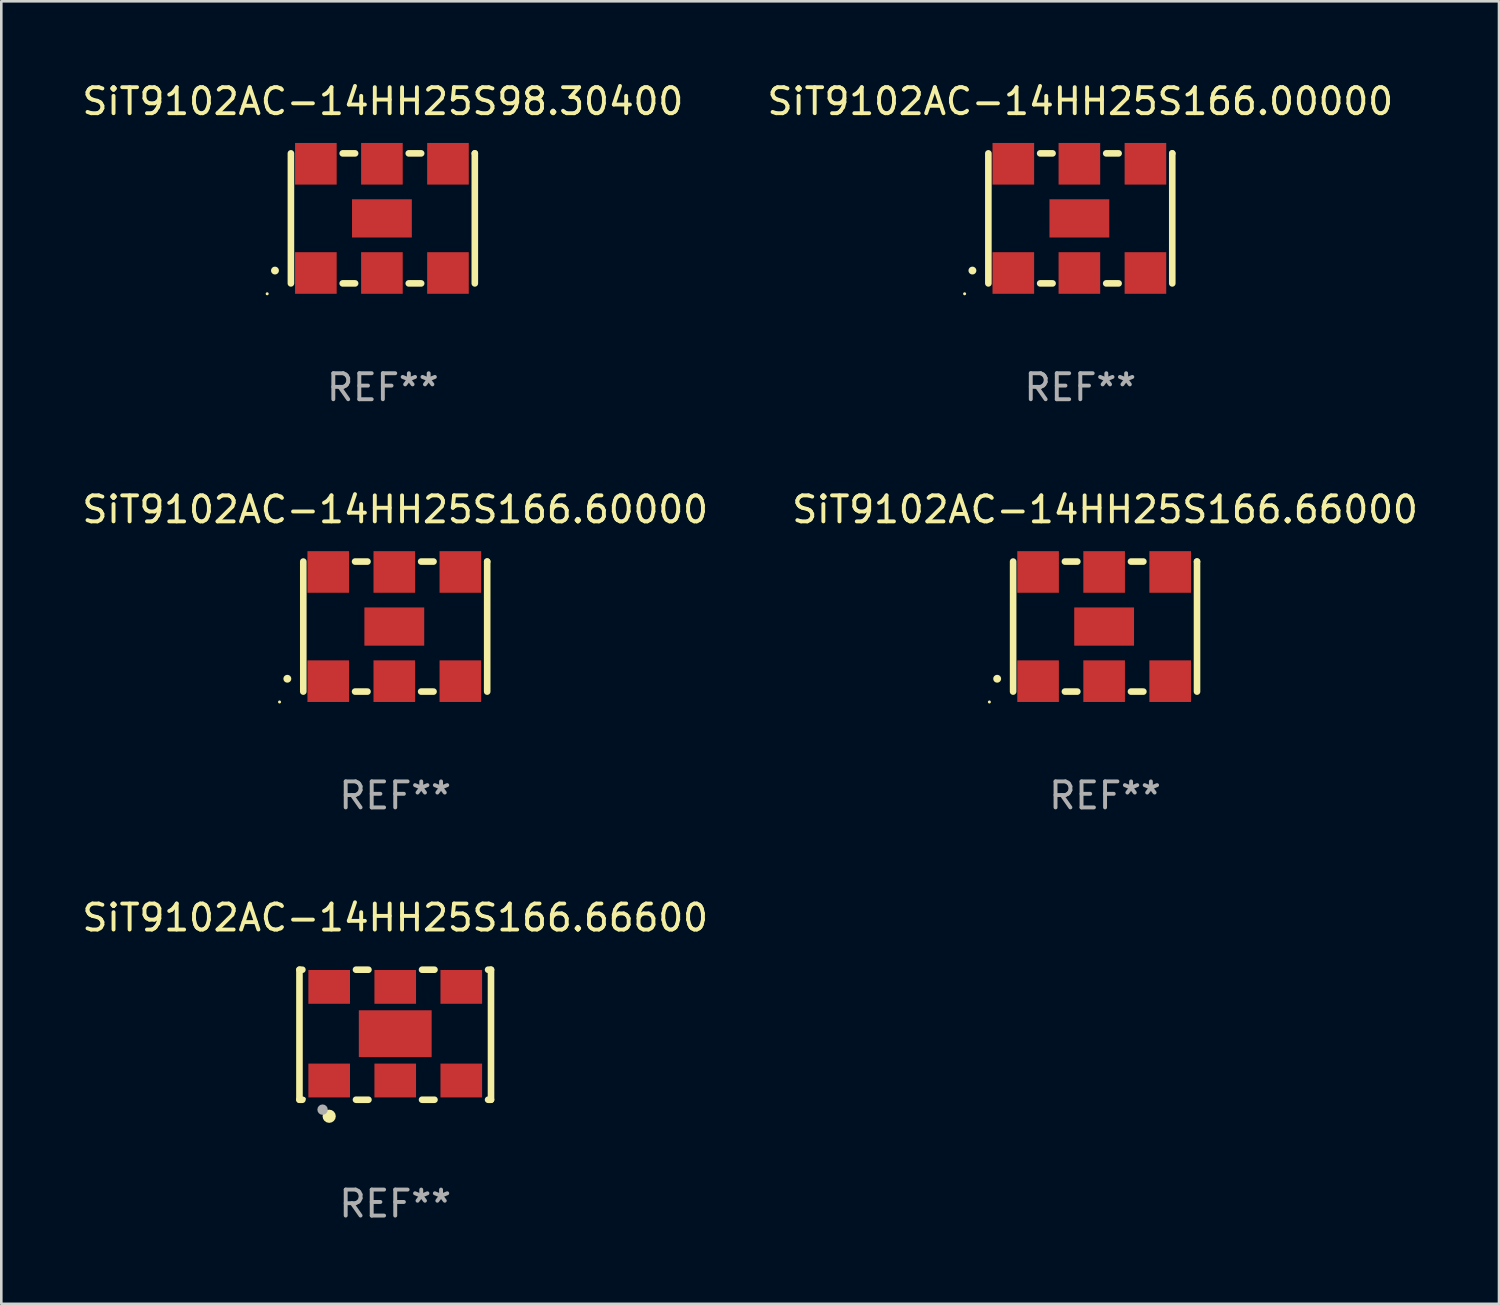
<source format=kicad_pcb>
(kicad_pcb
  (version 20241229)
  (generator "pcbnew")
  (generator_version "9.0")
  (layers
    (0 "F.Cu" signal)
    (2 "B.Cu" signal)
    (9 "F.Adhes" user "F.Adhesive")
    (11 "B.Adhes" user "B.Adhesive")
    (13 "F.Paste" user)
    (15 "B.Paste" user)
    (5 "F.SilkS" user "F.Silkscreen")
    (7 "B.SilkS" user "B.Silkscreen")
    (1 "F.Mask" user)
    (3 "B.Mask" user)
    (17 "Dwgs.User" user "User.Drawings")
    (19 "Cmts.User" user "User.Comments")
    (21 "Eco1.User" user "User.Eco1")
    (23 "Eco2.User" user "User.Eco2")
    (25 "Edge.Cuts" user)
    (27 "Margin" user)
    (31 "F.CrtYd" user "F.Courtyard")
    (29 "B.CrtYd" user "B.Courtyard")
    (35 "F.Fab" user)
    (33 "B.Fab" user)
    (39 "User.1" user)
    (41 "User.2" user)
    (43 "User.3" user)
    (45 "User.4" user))
  (footprint "SiT9102AC-14HH25S166.00000"
    (layer "F.Cu")
    (at 38.494 5.348)
    (property "Reference" "SiT9102AC-14HH25S166.00000" (at 0 -4.5 0) (layer "F.SilkS") (effects (font (size 1 1) (thickness 0.15))))
    (attr through_hole)
    (fp_line (start -3.536 -2.5) (end -3.536 2.5) (stroke (width 0.254) (type solid)) (layer "F.SilkS"))
    (fp_line (start -1.544 2.5) (end -1.067 2.5) (stroke (width 0.254) (type solid)) (layer "F.SilkS"))
    (fp_line (start -1.067 -2.5) (end -1.544 -2.5) (stroke (width 0.254) (type solid)) (layer "F.SilkS"))
    (fp_line (start 0.996 2.5) (end 1.473 2.5) (stroke (width 0.254) (type solid)) (layer "F.SilkS"))
    (fp_line (start 1.473 -2.5) (end 0.996 -2.5) (stroke (width 0.254) (type solid)) (layer "F.SilkS"))
    (fp_line (start 3.536 -2.5) (end 3.536 -2.5) (stroke (width 0.254) (type solid)) (layer "F.SilkS"))
    (fp_line (start 3.536 2.5) (end 3.536 -2.5) (stroke (width 0.254) (type solid)) (layer "F.SilkS"))
    (fp_arc (start -4.150432 2.006604) (mid -4.149162 2.006599) (end -4.147892 2.006604) (stroke (width 0.3) (type solid)) (layer "F.SilkS"))
    (fp_circle (center -4.449 2.9) (end -4.419 2.9) (stroke (width 0.06) (type solid)) (fill no) (layer "F.SilkS"))
    (fp_text user "REF**" (at 0 6.5 0) (layer "F.Fab") (effects (font (size 1 1) (thickness 0.15))))
    (pad "1" smd rect (at -2.576 2.1) (size 1.6 1.6) (layers "F.Cu" "F.Mask" "F.Paste"))
    (pad "2" smd rect (at -0.036 2.1) (size 1.6 1.6) (layers "F.Cu" "F.Mask" "F.Paste"))
    (pad "3" smd rect (at 2.504 2.1) (size 1.6 1.6) (layers "F.Cu" "F.Mask" "F.Paste"))
    (pad "4" smd rect (at 2.504 -2.1) (size 1.6 1.6) (layers "F.Cu" "F.Mask" "F.Paste"))
    (pad "5" smd rect (at -0.036 -2.1) (size 1.6 1.6) (layers "F.Cu" "F.Mask" "F.Paste"))
    (pad "6" smd rect (at -2.576 -2.1) (size 1.6 1.6) (layers "F.Cu" "F.Mask" "F.Paste"))
    (pad "7" smd rect (at -0.036 0) (size 2.3 1.47) (layers "F.Cu" "F.Mask" "F.Paste")))
  (footprint "SiT9102AC-14HH25S166.60000"
    (layer "F.Cu")
    (at 12.149 21.045)
    (property "Reference" "SiT9102AC-14HH25S166.60000" (at 0 -4.5 0) (layer "F.SilkS") (effects (font (size 1 1) (thickness 0.15))))
    (attr through_hole)
    (fp_line (start -3.536 -2.5) (end -3.536 2.5) (stroke (width 0.254) (type solid)) (layer "F.SilkS"))
    (fp_line (start -1.544 2.5) (end -1.067 2.5) (stroke (width 0.254) (type solid)) (layer "F.SilkS"))
    (fp_line (start -1.067 -2.5) (end -1.544 -2.5) (stroke (width 0.254) (type solid)) (layer "F.SilkS"))
    (fp_line (start 0.996 2.5) (end 1.473 2.5) (stroke (width 0.254) (type solid)) (layer "F.SilkS"))
    (fp_line (start 1.473 -2.5) (end 0.996 -2.5) (stroke (width 0.254) (type solid)) (layer "F.SilkS"))
    (fp_line (start 3.536 -2.5) (end 3.536 -2.5) (stroke (width 0.254) (type solid)) (layer "F.SilkS"))
    (fp_line (start 3.536 2.5) (end 3.536 -2.5) (stroke (width 0.254) (type solid)) (layer "F.SilkS"))
    (fp_arc (start -4.150432 2.006604) (mid -4.149162 2.006599) (end -4.147892 2.006604) (stroke (width 0.3) (type solid)) (layer "F.SilkS"))
    (fp_circle (center -4.449 2.9) (end -4.419 2.9) (stroke (width 0.06) (type solid)) (fill no) (layer "F.SilkS"))
    (fp_text user "REF**" (at 0 6.5 0) (layer "F.Fab") (effects (font (size 1 1) (thickness 0.15))))
    (pad "1" smd rect (at -2.576 2.1) (size 1.6 1.6) (layers "F.Cu" "F.Mask" "F.Paste"))
    (pad "2" smd rect (at -0.036 2.1) (size 1.6 1.6) (layers "F.Cu" "F.Mask" "F.Paste"))
    (pad "3" smd rect (at 2.504 2.1) (size 1.6 1.6) (layers "F.Cu" "F.Mask" "F.Paste"))
    (pad "4" smd rect (at 2.504 -2.1) (size 1.6 1.6) (layers "F.Cu" "F.Mask" "F.Paste"))
    (pad "5" smd rect (at -0.036 -2.1) (size 1.6 1.6) (layers "F.Cu" "F.Mask" "F.Paste"))
    (pad "6" smd rect (at -2.576 -2.1) (size 1.6 1.6) (layers "F.Cu" "F.Mask" "F.Paste"))
    (pad "7" smd rect (at -0.036 0) (size 2.3 1.47) (layers "F.Cu" "F.Mask" "F.Paste")))
  (footprint "SiT9102AC-14HH25S166.66600"
    (layer "F.Cu")
    (at 12.149 36.741)
    (property "Reference" "SiT9102AC-14HH25S166.66600" (at 0 -4.5 0) (layer "F.SilkS") (effects (font (size 1 1) (thickness 0.15))))
    (attr through_hole)
    (fp_line (start -3.683 -2.5) (end -3.571 -2.5) (stroke (width 0.254) (type solid)) (layer "F.SilkS"))
    (fp_line (start -3.683 2.5) (end -3.683 -2.5) (stroke (width 0.254) (type solid)) (layer "F.SilkS"))
    (fp_line (start -3.683 2.5) (end -3.571 2.5) (stroke (width 0.254) (type solid)) (layer "F.SilkS"))
    (fp_line (start -1.509 -2.5) (end -1.031 -2.5) (stroke (width 0.254) (type solid)) (layer "F.SilkS"))
    (fp_line (start -1.509 2.5) (end -1.031 2.5) (stroke (width 0.254) (type solid)) (layer "F.SilkS"))
    (fp_line (start 1.031 -2.5) (end 1.509 -2.5) (stroke (width 0.254) (type solid)) (layer "F.SilkS"))
    (fp_line (start 1.031 2.5) (end 1.509 2.5) (stroke (width 0.254) (type solid)) (layer "F.SilkS"))
    (fp_line (start 3.571 -2.5) (end 3.683 -2.5) (stroke (width 0.254) (type solid)) (layer "F.SilkS"))
    (fp_line (start 3.571 2.5) (end 3.683 2.5) (stroke (width 0.254) (type solid)) (layer "F.SilkS"))
    (fp_line (start 3.683 2.5) (end 3.683 -2.5) (stroke (width 0.254) (type solid)) (layer "F.SilkS"))
    (fp_circle (center -3.5 2.46) (end -3.47 2.46) (stroke (width 0.06) (type solid)) (fill no) (layer "F.SilkS"))
    (fp_circle (center -2.54 3.135) (end -2.413 3.135) (stroke (width 0.254) (type solid)) (fill no) (layer "F.SilkS"))
    (fp_circle (center -2.794 2.881) (end -2.694 2.881) (stroke (width 0.2) (type solid)) (fill no) (layer "F.Fab"))
    (fp_text user "REF**" (at 0 6.5 0) (layer "F.Fab") (effects (font (size 1 1) (thickness 0.15))))
    (pad "1" smd rect (at -2.54 1.76) (size 1.6 1.3) (layers "F.Cu" "F.Mask" "F.Paste"))
    (pad "2" smd rect (at 0 1.76) (size 1.6 1.3) (layers "F.Cu" "F.Mask" "F.Paste"))
    (pad "3" smd rect (at 2.54 1.76) (size 1.6 1.3) (layers "F.Cu" "F.Mask" "F.Paste"))
    (pad "4" smd rect (at 2.54 -1.84) (size 1.6 1.3) (layers "F.Cu" "F.Mask" "F.Paste"))
    (pad "5" smd rect (at 0 -1.84) (size 1.6 1.3) (layers "F.Cu" "F.Mask" "F.Paste"))
    (pad "6" smd rect (at -2.54 -1.84) (size 1.6 1.3) (layers "F.Cu" "F.Mask" "F.Paste"))
    (pad "7" smd rect (at 0 -0.04) (size 2.8 1.8) (layers "F.Cu" "F.Mask" "F.Paste")))
  (footprint "SiT9102AC-14HH25S98.30400"
    (layer "F.Cu")
    (at 11.673 5.348)
    (property "Reference" "SiT9102AC-14HH25S98.30400" (at 0 -4.5 0) (layer "F.SilkS") (effects (font (size 1 1) (thickness 0.15))))
    (attr through_hole)
    (fp_line (start -3.536 -2.5) (end -3.536 2.5) (stroke (width 0.254) (type solid)) (layer "F.SilkS"))
    (fp_line (start -1.544 2.5) (end -1.067 2.5) (stroke (width 0.254) (type solid)) (layer "F.SilkS"))
    (fp_line (start -1.067 -2.5) (end -1.544 -2.5) (stroke (width 0.254) (type solid)) (layer "F.SilkS"))
    (fp_line (start 0.996 2.5) (end 1.473 2.5) (stroke (width 0.254) (type solid)) (layer "F.SilkS"))
    (fp_line (start 1.473 -2.5) (end 0.996 -2.5) (stroke (width 0.254) (type solid)) (layer "F.SilkS"))
    (fp_line (start 3.536 -2.5) (end 3.536 -2.5) (stroke (width 0.254) (type solid)) (layer "F.SilkS"))
    (fp_line (start 3.536 2.5) (end 3.536 -2.5) (stroke (width 0.254) (type solid)) (layer "F.SilkS"))
    (fp_arc (start -4.150432 2.006604) (mid -4.149162 2.006599) (end -4.147892 2.006604) (stroke (width 0.3) (type solid)) (layer "F.SilkS"))
    (fp_circle (center -4.449 2.9) (end -4.419 2.9) (stroke (width 0.06) (type solid)) (fill no) (layer "F.SilkS"))
    (fp_text user "REF**" (at 0 6.5 0) (layer "F.Fab") (effects (font (size 1 1) (thickness 0.15))))
    (pad "1" smd rect (at -2.576 2.1) (size 1.6 1.6) (layers "F.Cu" "F.Mask" "F.Paste"))
    (pad "2" smd rect (at -0.036 2.1) (size 1.6 1.6) (layers "F.Cu" "F.Mask" "F.Paste"))
    (pad "3" smd rect (at 2.504 2.1) (size 1.6 1.6) (layers "F.Cu" "F.Mask" "F.Paste"))
    (pad "4" smd rect (at 2.504 -2.1) (size 1.6 1.6) (layers "F.Cu" "F.Mask" "F.Paste"))
    (pad "5" smd rect (at -0.036 -2.1) (size 1.6 1.6) (layers "F.Cu" "F.Mask" "F.Paste"))
    (pad "6" smd rect (at -2.576 -2.1) (size 1.6 1.6) (layers "F.Cu" "F.Mask" "F.Paste"))
    (pad "7" smd rect (at -0.036 0) (size 2.3 1.47) (layers "F.Cu" "F.Mask" "F.Paste")))
  (footprint "SiT9102AC-14HH25S166.66000"
    (layer "F.Cu")
    (at 39.446 21.045)
    (property "Reference" "SiT9102AC-14HH25S166.66000" (at 0 -4.5 0) (layer "F.SilkS") (effects (font (size 1 1) (thickness 0.15))))
    (attr through_hole)
    (fp_line (start -3.536 -2.5) (end -3.536 2.5) (stroke (width 0.254) (type solid)) (layer "F.SilkS"))
    (fp_line (start -1.544 2.5) (end -1.067 2.5) (stroke (width 0.254) (type solid)) (layer "F.SilkS"))
    (fp_line (start -1.067 -2.5) (end -1.544 -2.5) (stroke (width 0.254) (type solid)) (layer "F.SilkS"))
    (fp_line (start 0.996 2.5) (end 1.473 2.5) (stroke (width 0.254) (type solid)) (layer "F.SilkS"))
    (fp_line (start 1.473 -2.5) (end 0.996 -2.5) (stroke (width 0.254) (type solid)) (layer "F.SilkS"))
    (fp_line (start 3.536 -2.5) (end 3.536 -2.5) (stroke (width 0.254) (type solid)) (layer "F.SilkS"))
    (fp_line (start 3.536 2.5) (end 3.536 -2.5) (stroke (width 0.254) (type solid)) (layer "F.SilkS"))
    (fp_arc (start -4.150432 2.006604) (mid -4.149162 2.006599) (end -4.147892 2.006604) (stroke (width 0.3) (type solid)) (layer "F.SilkS"))
    (fp_circle (center -4.449 2.9) (end -4.419 2.9) (stroke (width 0.06) (type solid)) (fill no) (layer "F.SilkS"))
    (fp_text user "REF**" (at 0 6.5 0) (layer "F.Fab") (effects (font (size 1 1) (thickness 0.15))))
    (pad "1" smd rect (at -2.576 2.1) (size 1.6 1.6) (layers "F.Cu" "F.Mask" "F.Paste"))
    (pad "2" smd rect (at -0.036 2.1) (size 1.6 1.6) (layers "F.Cu" "F.Mask" "F.Paste"))
    (pad "3" smd rect (at 2.504 2.1) (size 1.6 1.6) (layers "F.Cu" "F.Mask" "F.Paste"))
    (pad "4" smd rect (at 2.504 -2.1) (size 1.6 1.6) (layers "F.Cu" "F.Mask" "F.Paste"))
    (pad "5" smd rect (at -0.036 -2.1) (size 1.6 1.6) (layers "F.Cu" "F.Mask" "F.Paste"))
    (pad "6" smd rect (at -2.576 -2.1) (size 1.6 1.6) (layers "F.Cu" "F.Mask" "F.Paste"))
    (pad "7" smd rect (at -0.036 0) (size 2.3 1.47) (layers "F.Cu" "F.Mask" "F.Paste")))
  (gr_rect
    (start -3 -3)
    (end 54.595 47.09)
    (stroke (width 0.1) (type default))
    (fill no)
    (layer "Edge.Cuts")))
</source>
